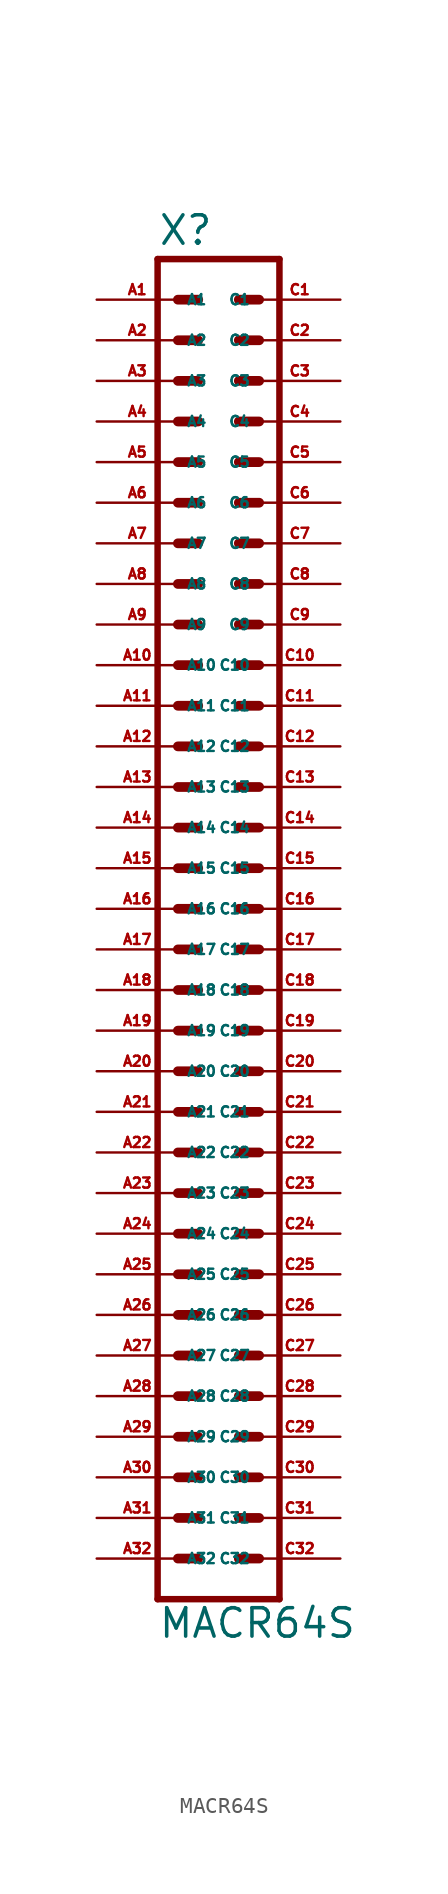
<source format=kicad_sym>
(kicad_symbol_lib
  (version 20220914)
  (generator Eagle2Kicad)
  (symbol "MACR64S"
    (property "Reference" "X"
      (at -3.81 41.402 0)
      (effects (font (size 1.778 1.778) (thickness 0.22)) (justify left bottom)))
    (property "Value" "MACR64S"
      (at -3.81 -45.72 0)
      (effects (font (size 1.778 1.778) (thickness 0.22)) (justify left bottom)))
    (polyline
      (pts (xy 3.81 -43.18) (xy -3.81 -43.18))
      (stroke (width 0.406) (type default))
      (fill (type none)))
    (polyline
      (pts (xy -3.81 40.64) (xy -3.81 -43.18))
      (stroke (width 0.406) (type default))
      (fill (type none)))
    (polyline
      (pts (xy -3.81 40.64) (xy 3.81 40.64))
      (stroke (width 0.406) (type default))
      (fill (type none)))
    (polyline
      (pts (xy 3.81 -43.18) (xy 3.81 40.64))
      (stroke (width 0.406) (type default))
      (fill (type none)))
    (polyline
      (pts (xy 1.27 -40.64) (xy 2.54 -40.64))
      (stroke (width 0.61) (type default))
      (fill (type none)))
    (polyline
      (pts (xy 1.27 -38.1) (xy 2.54 -38.1))
      (stroke (width 0.61) (type default))
      (fill (type none)))
    (polyline
      (pts (xy 1.27 -35.56) (xy 2.54 -35.56))
      (stroke (width 0.61) (type default))
      (fill (type none)))
    (polyline
      (pts (xy 1.27 -33.02) (xy 2.54 -33.02))
      (stroke (width 0.61) (type default))
      (fill (type none)))
    (polyline
      (pts (xy 1.27 -30.48) (xy 2.54 -30.48))
      (stroke (width 0.61) (type default))
      (fill (type none)))
    (polyline
      (pts (xy 1.27 -27.94) (xy 2.54 -27.94))
      (stroke (width 0.61) (type default))
      (fill (type none)))
    (polyline
      (pts (xy 1.27 -25.4) (xy 2.54 -25.4))
      (stroke (width 0.61) (type default))
      (fill (type none)))
    (polyline
      (pts (xy 1.27 -22.86) (xy 2.54 -22.86))
      (stroke (width 0.61) (type default))
      (fill (type none)))
    (polyline
      (pts (xy 1.27 -20.32) (xy 2.54 -20.32))
      (stroke (width 0.61) (type default))
      (fill (type none)))
    (polyline
      (pts (xy 1.27 -17.78) (xy 2.54 -17.78))
      (stroke (width 0.61) (type default))
      (fill (type none)))
    (polyline
      (pts (xy 1.27 -15.24) (xy 2.54 -15.24))
      (stroke (width 0.61) (type default))
      (fill (type none)))
    (polyline
      (pts (xy 1.27 -12.7) (xy 2.54 -12.7))
      (stroke (width 0.61) (type default))
      (fill (type none)))
    (polyline
      (pts (xy 1.27 -10.16) (xy 2.54 -10.16))
      (stroke (width 0.61) (type default))
      (fill (type none)))
    (polyline
      (pts (xy 1.27 -7.62) (xy 2.54 -7.62))
      (stroke (width 0.61) (type default))
      (fill (type none)))
    (polyline
      (pts (xy 1.27 -5.08) (xy 2.54 -5.08))
      (stroke (width 0.61) (type default))
      (fill (type none)))
    (polyline
      (pts (xy 1.27 -2.54) (xy 2.54 -2.54))
      (stroke (width 0.61) (type default))
      (fill (type none)))
    (polyline
      (pts (xy 1.27 0) (xy 2.54 0))
      (stroke (width 0.61) (type default))
      (fill (type none)))
    (polyline
      (pts (xy 1.27 2.54) (xy 2.54 2.54))
      (stroke (width 0.61) (type default))
      (fill (type none)))
    (polyline
      (pts (xy 1.27 5.08) (xy 2.54 5.08))
      (stroke (width 0.61) (type default))
      (fill (type none)))
    (polyline
      (pts (xy 1.27 7.62) (xy 2.54 7.62))
      (stroke (width 0.61) (type default))
      (fill (type none)))
    (polyline
      (pts (xy 1.27 10.16) (xy 2.54 10.16))
      (stroke (width 0.61) (type default))
      (fill (type none)))
    (polyline
      (pts (xy 1.27 12.7) (xy 2.54 12.7))
      (stroke (width 0.61) (type default))
      (fill (type none)))
    (polyline
      (pts (xy 1.27 15.24) (xy 2.54 15.24))
      (stroke (width 0.61) (type default))
      (fill (type none)))
    (polyline
      (pts (xy 1.27 17.78) (xy 2.54 17.78))
      (stroke (width 0.61) (type default))
      (fill (type none)))
    (polyline
      (pts (xy 1.27 20.32) (xy 2.54 20.32))
      (stroke (width 0.61) (type default))
      (fill (type none)))
    (polyline
      (pts (xy 1.27 22.86) (xy 2.54 22.86))
      (stroke (width 0.61) (type default))
      (fill (type none)))
    (polyline
      (pts (xy 1.27 25.4) (xy 2.54 25.4))
      (stroke (width 0.61) (type default))
      (fill (type none)))
    (polyline
      (pts (xy 1.27 27.94) (xy 2.54 27.94))
      (stroke (width 0.61) (type default))
      (fill (type none)))
    (polyline
      (pts (xy 1.27 30.48) (xy 2.54 30.48))
      (stroke (width 0.61) (type default))
      (fill (type none)))
    (polyline
      (pts (xy 1.27 33.02) (xy 2.54 33.02))
      (stroke (width 0.61) (type default))
      (fill (type none)))
    (polyline
      (pts (xy 1.27 35.56) (xy 2.54 35.56))
      (stroke (width 0.61) (type default))
      (fill (type none)))
    (polyline
      (pts (xy 1.27 38.1) (xy 2.54 38.1))
      (stroke (width 0.61) (type default))
      (fill (type none)))
    (polyline
      (pts (xy -2.54 -40.64) (xy -1.27 -40.64))
      (stroke (width 0.61) (type default))
      (fill (type none)))
    (polyline
      (pts (xy -2.54 -38.1) (xy -1.27 -38.1))
      (stroke (width 0.61) (type default))
      (fill (type none)))
    (polyline
      (pts (xy -2.54 -35.56) (xy -1.27 -35.56))
      (stroke (width 0.61) (type default))
      (fill (type none)))
    (polyline
      (pts (xy -2.54 -33.02) (xy -1.27 -33.02))
      (stroke (width 0.61) (type default))
      (fill (type none)))
    (polyline
      (pts (xy -2.54 -30.48) (xy -1.27 -30.48))
      (stroke (width 0.61) (type default))
      (fill (type none)))
    (polyline
      (pts (xy -2.54 -27.94) (xy -1.27 -27.94))
      (stroke (width 0.61) (type default))
      (fill (type none)))
    (polyline
      (pts (xy -2.54 -25.4) (xy -1.27 -25.4))
      (stroke (width 0.61) (type default))
      (fill (type none)))
    (polyline
      (pts (xy -2.54 -22.86) (xy -1.27 -22.86))
      (stroke (width 0.61) (type default))
      (fill (type none)))
    (polyline
      (pts (xy -2.54 -20.32) (xy -1.27 -20.32))
      (stroke (width 0.61) (type default))
      (fill (type none)))
    (polyline
      (pts (xy -2.54 -17.78) (xy -1.27 -17.78))
      (stroke (width 0.61) (type default))
      (fill (type none)))
    (polyline
      (pts (xy -2.54 -15.24) (xy -1.27 -15.24))
      (stroke (width 0.61) (type default))
      (fill (type none)))
    (polyline
      (pts (xy -2.54 -12.7) (xy -1.27 -12.7))
      (stroke (width 0.61) (type default))
      (fill (type none)))
    (polyline
      (pts (xy -2.54 -10.16) (xy -1.27 -10.16))
      (stroke (width 0.61) (type default))
      (fill (type none)))
    (polyline
      (pts (xy -2.54 -7.62) (xy -1.27 -7.62))
      (stroke (width 0.61) (type default))
      (fill (type none)))
    (polyline
      (pts (xy -2.54 -5.08) (xy -1.27 -5.08))
      (stroke (width 0.61) (type default))
      (fill (type none)))
    (polyline
      (pts (xy -2.54 -2.54) (xy -1.27 -2.54))
      (stroke (width 0.61) (type default))
      (fill (type none)))
    (polyline
      (pts (xy -2.54 0) (xy -1.27 0))
      (stroke (width 0.61) (type default))
      (fill (type none)))
    (polyline
      (pts (xy -2.54 2.54) (xy -1.27 2.54))
      (stroke (width 0.61) (type default))
      (fill (type none)))
    (polyline
      (pts (xy -2.54 5.08) (xy -1.27 5.08))
      (stroke (width 0.61) (type default))
      (fill (type none)))
    (polyline
      (pts (xy -2.54 7.62) (xy -1.27 7.62))
      (stroke (width 0.61) (type default))
      (fill (type none)))
    (polyline
      (pts (xy -2.54 10.16) (xy -1.27 10.16))
      (stroke (width 0.61) (type default))
      (fill (type none)))
    (polyline
      (pts (xy -2.54 12.7) (xy -1.27 12.7))
      (stroke (width 0.61) (type default))
      (fill (type none)))
    (polyline
      (pts (xy -2.54 15.24) (xy -1.27 15.24))
      (stroke (width 0.61) (type default))
      (fill (type none)))
    (polyline
      (pts (xy -2.54 17.78) (xy -1.27 17.78))
      (stroke (width 0.61) (type default))
      (fill (type none)))
    (polyline
      (pts (xy -2.54 20.32) (xy -1.27 20.32))
      (stroke (width 0.61) (type default))
      (fill (type none)))
    (polyline
      (pts (xy -2.54 22.86) (xy -1.27 22.86))
      (stroke (width 0.61) (type default))
      (fill (type none)))
    (polyline
      (pts (xy -2.54 25.4) (xy -1.27 25.4))
      (stroke (width 0.61) (type default))
      (fill (type none)))
    (polyline
      (pts (xy -2.54 27.94) (xy -1.27 27.94))
      (stroke (width 0.61) (type default))
      (fill (type none)))
    (polyline
      (pts (xy -2.54 30.48) (xy -1.27 30.48))
      (stroke (width 0.61) (type default))
      (fill (type none)))
    (polyline
      (pts (xy -2.54 33.02) (xy -1.27 33.02))
      (stroke (width 0.61) (type default))
      (fill (type none)))
    (polyline
      (pts (xy -2.54 35.56) (xy -1.27 35.56))
      (stroke (width 0.61) (type default))
      (fill (type none)))
    (polyline
      (pts (xy -2.54 38.1) (xy -1.27 38.1))
      (stroke (width 0.61) (type default))
      (fill (type none)))
    (pin passive line
      (at 7.62 38.1 180)
      (length 5.08)
      (name "C1" (effects (font (size 0.635 0.635) (thickness 0.08)) (justify left bottom)))
      (number "C1" (effects (font (size 0.635 0.635) (thickness 0.08)) (justify left bottom))))
    (pin passive line
      (at 7.62 35.56 180)
      (length 5.08)
      (name "C2" (effects (font (size 0.635 0.635) (thickness 0.08)) (justify left bottom)))
      (number "C2" (effects (font (size 0.635 0.635) (thickness 0.08)) (justify left bottom))))
    (pin passive line
      (at 7.62 33.02 180)
      (length 5.08)
      (name "C3" (effects (font (size 0.635 0.635) (thickness 0.08)) (justify left bottom)))
      (number "C3" (effects (font (size 0.635 0.635) (thickness 0.08)) (justify left bottom))))
    (pin passive line
      (at 7.62 30.48 180)
      (length 5.08)
      (name "C4" (effects (font (size 0.635 0.635) (thickness 0.08)) (justify left bottom)))
      (number "C4" (effects (font (size 0.635 0.635) (thickness 0.08)) (justify left bottom))))
    (pin passive line
      (at 7.62 27.94 180)
      (length 5.08)
      (name "C5" (effects (font (size 0.635 0.635) (thickness 0.08)) (justify left bottom)))
      (number "C5" (effects (font (size 0.635 0.635) (thickness 0.08)) (justify left bottom))))
    (pin passive line
      (at 7.62 25.4 180)
      (length 5.08)
      (name "C6" (effects (font (size 0.635 0.635) (thickness 0.08)) (justify left bottom)))
      (number "C6" (effects (font (size 0.635 0.635) (thickness 0.08)) (justify left bottom))))
    (pin passive line
      (at 7.62 22.86 180)
      (length 5.08)
      (name "C7" (effects (font (size 0.635 0.635) (thickness 0.08)) (justify left bottom)))
      (number "C7" (effects (font (size 0.635 0.635) (thickness 0.08)) (justify left bottom))))
    (pin passive line
      (at 7.62 20.32 180)
      (length 5.08)
      (name "C8" (effects (font (size 0.635 0.635) (thickness 0.08)) (justify left bottom)))
      (number "C8" (effects (font (size 0.635 0.635) (thickness 0.08)) (justify left bottom))))
    (pin passive line
      (at 7.62 17.78 180)
      (length 5.08)
      (name "C9" (effects (font (size 0.635 0.635) (thickness 0.08)) (justify left bottom)))
      (number "C9" (effects (font (size 0.635 0.635) (thickness 0.08)) (justify left bottom))))
    (pin passive line
      (at 7.62 15.24 180)
      (length 5.08)
      (name "C10" (effects (font (size 0.635 0.635) (thickness 0.08)) (justify left bottom)))
      (number "C10" (effects (font (size 0.635 0.635) (thickness 0.08)) (justify left bottom))))
    (pin passive line
      (at 7.62 12.7 180)
      (length 5.08)
      (name "C11" (effects (font (size 0.635 0.635) (thickness 0.08)) (justify left bottom)))
      (number "C11" (effects (font (size 0.635 0.635) (thickness 0.08)) (justify left bottom))))
    (pin passive line
      (at 7.62 10.16 180)
      (length 5.08)
      (name "C12" (effects (font (size 0.635 0.635) (thickness 0.08)) (justify left bottom)))
      (number "C12" (effects (font (size 0.635 0.635) (thickness 0.08)) (justify left bottom))))
    (pin passive line
      (at 7.62 7.62 180)
      (length 5.08)
      (name "C13" (effects (font (size 0.635 0.635) (thickness 0.08)) (justify left bottom)))
      (number "C13" (effects (font (size 0.635 0.635) (thickness 0.08)) (justify left bottom))))
    (pin passive line
      (at 7.62 5.08 180)
      (length 5.08)
      (name "C14" (effects (font (size 0.635 0.635) (thickness 0.08)) (justify left bottom)))
      (number "C14" (effects (font (size 0.635 0.635) (thickness 0.08)) (justify left bottom))))
    (pin passive line
      (at 7.62 2.54 180)
      (length 5.08)
      (name "C15" (effects (font (size 0.635 0.635) (thickness 0.08)) (justify left bottom)))
      (number "C15" (effects (font (size 0.635 0.635) (thickness 0.08)) (justify left bottom))))
    (pin passive line
      (at 7.62 0 180)
      (length 5.08)
      (name "C16" (effects (font (size 0.635 0.635) (thickness 0.08)) (justify left bottom)))
      (number "C16" (effects (font (size 0.635 0.635) (thickness 0.08)) (justify left bottom))))
    (pin passive line
      (at 7.62 -2.54 180)
      (length 5.08)
      (name "C17" (effects (font (size 0.635 0.635) (thickness 0.08)) (justify left bottom)))
      (number "C17" (effects (font (size 0.635 0.635) (thickness 0.08)) (justify left bottom))))
    (pin passive line
      (at 7.62 -5.08 180)
      (length 5.08)
      (name "C18" (effects (font (size 0.635 0.635) (thickness 0.08)) (justify left bottom)))
      (number "C18" (effects (font (size 0.635 0.635) (thickness 0.08)) (justify left bottom))))
    (pin passive line
      (at 7.62 -7.62 180)
      (length 5.08)
      (name "C19" (effects (font (size 0.635 0.635) (thickness 0.08)) (justify left bottom)))
      (number "C19" (effects (font (size 0.635 0.635) (thickness 0.08)) (justify left bottom))))
    (pin passive line
      (at 7.62 -10.16 180)
      (length 5.08)
      (name "C20" (effects (font (size 0.635 0.635) (thickness 0.08)) (justify left bottom)))
      (number "C20" (effects (font (size 0.635 0.635) (thickness 0.08)) (justify left bottom))))
    (pin passive line
      (at 7.62 -12.7 180)
      (length 5.08)
      (name "C21" (effects (font (size 0.635 0.635) (thickness 0.08)) (justify left bottom)))
      (number "C21" (effects (font (size 0.635 0.635) (thickness 0.08)) (justify left bottom))))
    (pin passive line
      (at 7.62 -15.24 180)
      (length 5.08)
      (name "C22" (effects (font (size 0.635 0.635) (thickness 0.08)) (justify left bottom)))
      (number "C22" (effects (font (size 0.635 0.635) (thickness 0.08)) (justify left bottom))))
    (pin passive line
      (at 7.62 -17.78 180)
      (length 5.08)
      (name "C23" (effects (font (size 0.635 0.635) (thickness 0.08)) (justify left bottom)))
      (number "C23" (effects (font (size 0.635 0.635) (thickness 0.08)) (justify left bottom))))
    (pin passive line
      (at 7.62 -20.32 180)
      (length 5.08)
      (name "C24" (effects (font (size 0.635 0.635) (thickness 0.08)) (justify left bottom)))
      (number "C24" (effects (font (size 0.635 0.635) (thickness 0.08)) (justify left bottom))))
    (pin passive line
      (at 7.62 -22.86 180)
      (length 5.08)
      (name "C25" (effects (font (size 0.635 0.635) (thickness 0.08)) (justify left bottom)))
      (number "C25" (effects (font (size 0.635 0.635) (thickness 0.08)) (justify left bottom))))
    (pin passive line
      (at 7.62 -25.4 180)
      (length 5.08)
      (name "C26" (effects (font (size 0.635 0.635) (thickness 0.08)) (justify left bottom)))
      (number "C26" (effects (font (size 0.635 0.635) (thickness 0.08)) (justify left bottom))))
    (pin passive line
      (at 7.62 -27.94 180)
      (length 5.08)
      (name "C27" (effects (font (size 0.635 0.635) (thickness 0.08)) (justify left bottom)))
      (number "C27" (effects (font (size 0.635 0.635) (thickness 0.08)) (justify left bottom))))
    (pin passive line
      (at 7.62 -30.48 180)
      (length 5.08)
      (name "C28" (effects (font (size 0.635 0.635) (thickness 0.08)) (justify left bottom)))
      (number "C28" (effects (font (size 0.635 0.635) (thickness 0.08)) (justify left bottom))))
    (pin passive line
      (at 7.62 -33.02 180)
      (length 5.08)
      (name "C29" (effects (font (size 0.635 0.635) (thickness 0.08)) (justify left bottom)))
      (number "C29" (effects (font (size 0.635 0.635) (thickness 0.08)) (justify left bottom))))
    (pin passive line
      (at 7.62 -35.56 180)
      (length 5.08)
      (name "C30" (effects (font (size 0.635 0.635) (thickness 0.08)) (justify left bottom)))
      (number "C30" (effects (font (size 0.635 0.635) (thickness 0.08)) (justify left bottom))))
    (pin passive line
      (at 7.62 -38.1 180)
      (length 5.08)
      (name "C31" (effects (font (size 0.635 0.635) (thickness 0.08)) (justify left bottom)))
      (number "C31" (effects (font (size 0.635 0.635) (thickness 0.08)) (justify left bottom))))
    (pin passive line
      (at 7.62 -40.64 180)
      (length 5.08)
      (name "C32" (effects (font (size 0.635 0.635) (thickness 0.08)) (justify left bottom)))
      (number "C32" (effects (font (size 0.635 0.635) (thickness 0.08)) (justify left bottom))))
    (pin passive line
      (at -7.62 38.1 0)
      (length 5.08)
      (name "A1" (effects (font (size 0.635 0.635) (thickness 0.08)) (justify left bottom)))
      (number "A1" (effects (font (size 0.635 0.635) (thickness 0.08)) (justify left bottom))))
    (pin passive line
      (at -7.62 35.56 0)
      (length 5.08)
      (name "A2" (effects (font (size 0.635 0.635) (thickness 0.08)) (justify left bottom)))
      (number "A2" (effects (font (size 0.635 0.635) (thickness 0.08)) (justify left bottom))))
    (pin passive line
      (at -7.62 33.02 0)
      (length 5.08)
      (name "A3" (effects (font (size 0.635 0.635) (thickness 0.08)) (justify left bottom)))
      (number "A3" (effects (font (size 0.635 0.635) (thickness 0.08)) (justify left bottom))))
    (pin passive line
      (at -7.62 30.48 0)
      (length 5.08)
      (name "A4" (effects (font (size 0.635 0.635) (thickness 0.08)) (justify left bottom)))
      (number "A4" (effects (font (size 0.635 0.635) (thickness 0.08)) (justify left bottom))))
    (pin passive line
      (at -7.62 27.94 0)
      (length 5.08)
      (name "A5" (effects (font (size 0.635 0.635) (thickness 0.08)) (justify left bottom)))
      (number "A5" (effects (font (size 0.635 0.635) (thickness 0.08)) (justify left bottom))))
    (pin passive line
      (at -7.62 25.4 0)
      (length 5.08)
      (name "A6" (effects (font (size 0.635 0.635) (thickness 0.08)) (justify left bottom)))
      (number "A6" (effects (font (size 0.635 0.635) (thickness 0.08)) (justify left bottom))))
    (pin passive line
      (at -7.62 22.86 0)
      (length 5.08)
      (name "A7" (effects (font (size 0.635 0.635) (thickness 0.08)) (justify left bottom)))
      (number "A7" (effects (font (size 0.635 0.635) (thickness 0.08)) (justify left bottom))))
    (pin passive line
      (at -7.62 20.32 0)
      (length 5.08)
      (name "A8" (effects (font (size 0.635 0.635) (thickness 0.08)) (justify left bottom)))
      (number "A8" (effects (font (size 0.635 0.635) (thickness 0.08)) (justify left bottom))))
    (pin passive line
      (at -7.62 17.78 0)
      (length 5.08)
      (name "A9" (effects (font (size 0.635 0.635) (thickness 0.08)) (justify left bottom)))
      (number "A9" (effects (font (size 0.635 0.635) (thickness 0.08)) (justify left bottom))))
    (pin passive line
      (at -7.62 15.24 0)
      (length 5.08)
      (name "A10" (effects (font (size 0.635 0.635) (thickness 0.08)) (justify left bottom)))
      (number "A10" (effects (font (size 0.635 0.635) (thickness 0.08)) (justify left bottom))))
    (pin passive line
      (at -7.62 12.7 0)
      (length 5.08)
      (name "A11" (effects (font (size 0.635 0.635) (thickness 0.08)) (justify left bottom)))
      (number "A11" (effects (font (size 0.635 0.635) (thickness 0.08)) (justify left bottom))))
    (pin passive line
      (at -7.62 10.16 0)
      (length 5.08)
      (name "A12" (effects (font (size 0.635 0.635) (thickness 0.08)) (justify left bottom)))
      (number "A12" (effects (font (size 0.635 0.635) (thickness 0.08)) (justify left bottom))))
    (pin passive line
      (at -7.62 7.62 0)
      (length 5.08)
      (name "A13" (effects (font (size 0.635 0.635) (thickness 0.08)) (justify left bottom)))
      (number "A13" (effects (font (size 0.635 0.635) (thickness 0.08)) (justify left bottom))))
    (pin passive line
      (at -7.62 5.08 0)
      (length 5.08)
      (name "A14" (effects (font (size 0.635 0.635) (thickness 0.08)) (justify left bottom)))
      (number "A14" (effects (font (size 0.635 0.635) (thickness 0.08)) (justify left bottom))))
    (pin passive line
      (at -7.62 2.54 0)
      (length 5.08)
      (name "A15" (effects (font (size 0.635 0.635) (thickness 0.08)) (justify left bottom)))
      (number "A15" (effects (font (size 0.635 0.635) (thickness 0.08)) (justify left bottom))))
    (pin passive line
      (at -7.62 0 0)
      (length 5.08)
      (name "A16" (effects (font (size 0.635 0.635) (thickness 0.08)) (justify left bottom)))
      (number "A16" (effects (font (size 0.635 0.635) (thickness 0.08)) (justify left bottom))))
    (pin passive line
      (at -7.62 -2.54 0)
      (length 5.08)
      (name "A17" (effects (font (size 0.635 0.635) (thickness 0.08)) (justify left bottom)))
      (number "A17" (effects (font (size 0.635 0.635) (thickness 0.08)) (justify left bottom))))
    (pin passive line
      (at -7.62 -5.08 0)
      (length 5.08)
      (name "A18" (effects (font (size 0.635 0.635) (thickness 0.08)) (justify left bottom)))
      (number "A18" (effects (font (size 0.635 0.635) (thickness 0.08)) (justify left bottom))))
    (pin passive line
      (at -7.62 -7.62 0)
      (length 5.08)
      (name "A19" (effects (font (size 0.635 0.635) (thickness 0.08)) (justify left bottom)))
      (number "A19" (effects (font (size 0.635 0.635) (thickness 0.08)) (justify left bottom))))
    (pin passive line
      (at -7.62 -10.16 0)
      (length 5.08)
      (name "A20" (effects (font (size 0.635 0.635) (thickness 0.08)) (justify left bottom)))
      (number "A20" (effects (font (size 0.635 0.635) (thickness 0.08)) (justify left bottom))))
    (pin passive line
      (at -7.62 -12.7 0)
      (length 5.08)
      (name "A21" (effects (font (size 0.635 0.635) (thickness 0.08)) (justify left bottom)))
      (number "A21" (effects (font (size 0.635 0.635) (thickness 0.08)) (justify left bottom))))
    (pin passive line
      (at -7.62 -15.24 0)
      (length 5.08)
      (name "A22" (effects (font (size 0.635 0.635) (thickness 0.08)) (justify left bottom)))
      (number "A22" (effects (font (size 0.635 0.635) (thickness 0.08)) (justify left bottom))))
    (pin passive line
      (at -7.62 -17.78 0)
      (length 5.08)
      (name "A23" (effects (font (size 0.635 0.635) (thickness 0.08)) (justify left bottom)))
      (number "A23" (effects (font (size 0.635 0.635) (thickness 0.08)) (justify left bottom))))
    (pin passive line
      (at -7.62 -20.32 0)
      (length 5.08)
      (name "A24" (effects (font (size 0.635 0.635) (thickness 0.08)) (justify left bottom)))
      (number "A24" (effects (font (size 0.635 0.635) (thickness 0.08)) (justify left bottom))))
    (pin passive line
      (at -7.62 -22.86 0)
      (length 5.08)
      (name "A25" (effects (font (size 0.635 0.635) (thickness 0.08)) (justify left bottom)))
      (number "A25" (effects (font (size 0.635 0.635) (thickness 0.08)) (justify left bottom))))
    (pin passive line
      (at -7.62 -25.4 0)
      (length 5.08)
      (name "A26" (effects (font (size 0.635 0.635) (thickness 0.08)) (justify left bottom)))
      (number "A26" (effects (font (size 0.635 0.635) (thickness 0.08)) (justify left bottom))))
    (pin passive line
      (at -7.62 -27.94 0)
      (length 5.08)
      (name "A27" (effects (font (size 0.635 0.635) (thickness 0.08)) (justify left bottom)))
      (number "A27" (effects (font (size 0.635 0.635) (thickness 0.08)) (justify left bottom))))
    (pin passive line
      (at -7.62 -30.48 0)
      (length 5.08)
      (name "A28" (effects (font (size 0.635 0.635) (thickness 0.08)) (justify left bottom)))
      (number "A28" (effects (font (size 0.635 0.635) (thickness 0.08)) (justify left bottom))))
    (pin passive line
      (at -7.62 -33.02 0)
      (length 5.08)
      (name "A29" (effects (font (size 0.635 0.635) (thickness 0.08)) (justify left bottom)))
      (number "A29" (effects (font (size 0.635 0.635) (thickness 0.08)) (justify left bottom))))
    (pin passive line
      (at -7.62 -35.56 0)
      (length 5.08)
      (name "A30" (effects (font (size 0.635 0.635) (thickness 0.08)) (justify left bottom)))
      (number "A30" (effects (font (size 0.635 0.635) (thickness 0.08)) (justify left bottom))))
    (pin passive line
      (at -7.62 -38.1 0)
      (length 5.08)
      (name "A31" (effects (font (size 0.635 0.635) (thickness 0.08)) (justify left bottom)))
      (number "A31" (effects (font (size 0.635 0.635) (thickness 0.08)) (justify left bottom))))
    (pin passive line
      (at -7.62 -40.64 0)
      (length 5.08)
      (name "A32" (effects (font (size 0.635 0.635) (thickness 0.08)) (justify left bottom)))
      (number "A32" (effects (font (size 0.635 0.635) (thickness 0.08)) (justify left bottom))))))
</source>
